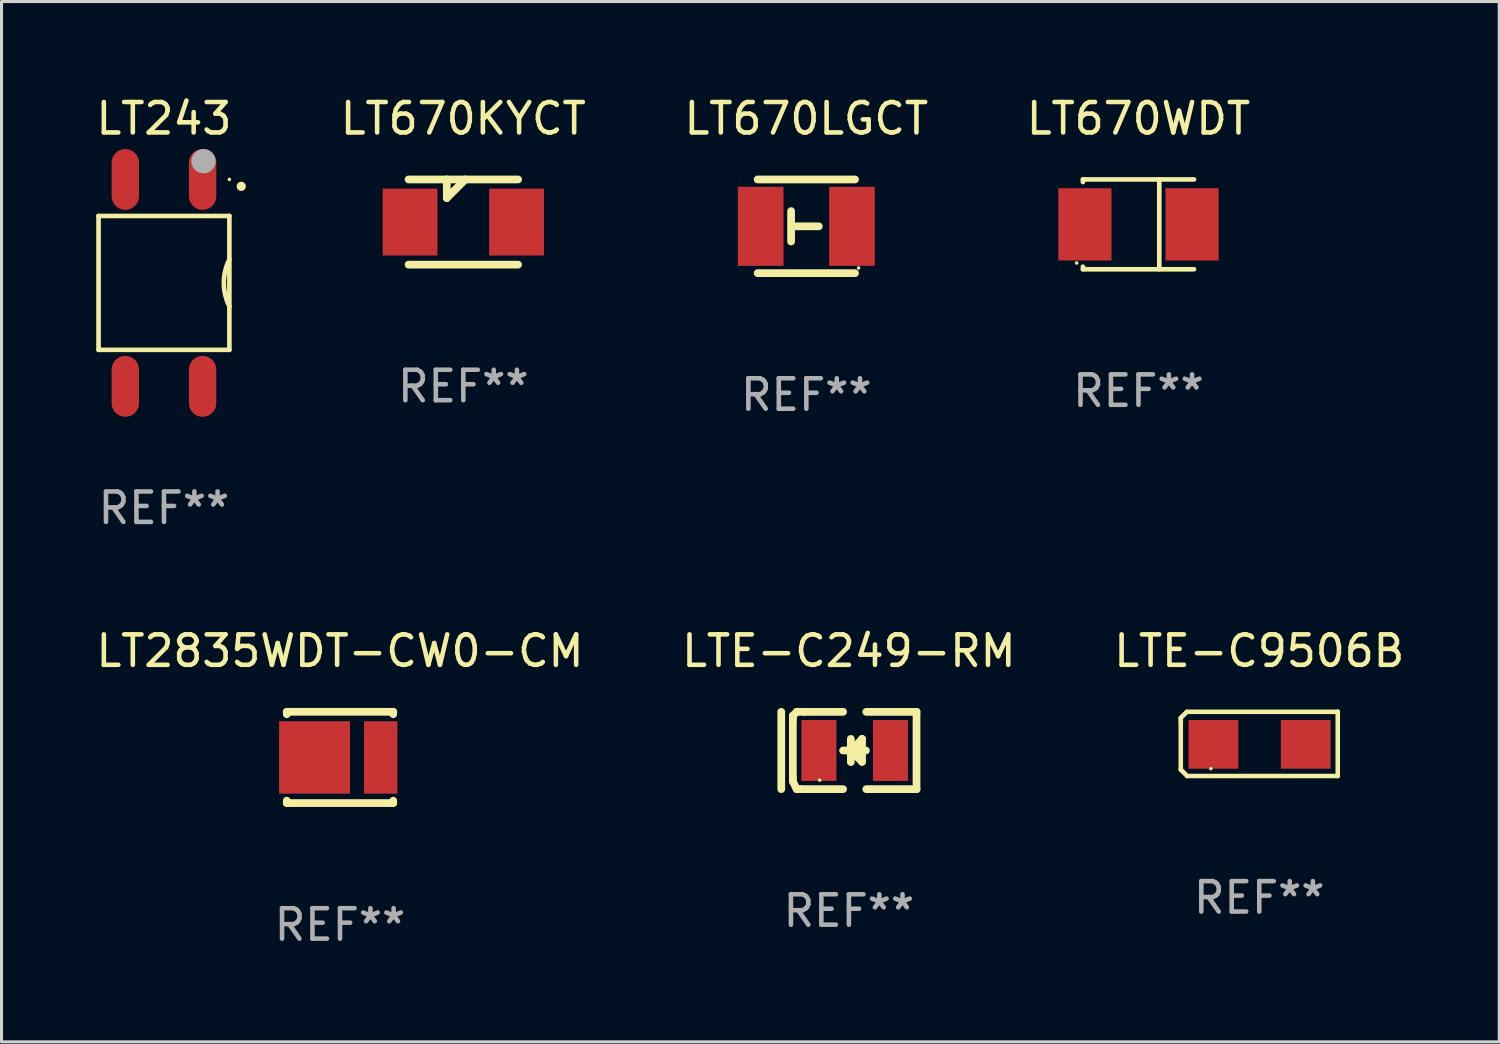
<source format=kicad_pcb>
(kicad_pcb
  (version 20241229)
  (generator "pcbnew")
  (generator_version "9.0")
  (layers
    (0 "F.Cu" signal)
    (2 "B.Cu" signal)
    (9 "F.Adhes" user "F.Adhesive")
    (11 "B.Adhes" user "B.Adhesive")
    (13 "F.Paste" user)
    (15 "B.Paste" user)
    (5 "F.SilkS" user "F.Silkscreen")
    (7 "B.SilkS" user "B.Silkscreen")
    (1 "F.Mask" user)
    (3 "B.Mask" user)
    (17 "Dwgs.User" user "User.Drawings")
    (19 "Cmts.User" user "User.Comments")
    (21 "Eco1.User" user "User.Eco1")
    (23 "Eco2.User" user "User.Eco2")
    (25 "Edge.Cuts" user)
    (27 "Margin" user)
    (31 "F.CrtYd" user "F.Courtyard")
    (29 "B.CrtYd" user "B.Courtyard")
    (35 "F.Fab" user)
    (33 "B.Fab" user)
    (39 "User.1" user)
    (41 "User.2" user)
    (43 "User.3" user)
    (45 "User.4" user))
  (footprint "LTE-C9506B"
    (layer "F.Cu")
    (at 38.339 21.4)
    (property "Reference" "LTE-C9506B" (at 0 -3.055 0) (layer "F.SilkS") (effects (font (size 1 1) (thickness 0.15))))
    (attr through_hole)
    (fp_line (start -2.58 -0.855) (end -2.38 -1.055) (stroke (width 0.15) (type solid)) (layer "F.SilkS"))
    (fp_line (start -2.58 -0.775) (end -2.58 -0.855) (stroke (width 0.15) (type solid)) (layer "F.SilkS"))
    (fp_line (start -2.58 -0.775) (end -2.58 0.845) (stroke (width 0.15) (type solid)) (layer "F.SilkS"))
    (fp_line (start -2.58 0.845) (end -2.37 1.055) (stroke (width 0.15) (type solid)) (layer "F.SilkS"))
    (fp_line (start -2.38 -1.055) (end 2.58 -1.055) (stroke (width 0.15) (type solid)) (layer "F.SilkS"))
    (fp_line (start 2.58 -1.055) (end 2.58 1.055) (stroke (width 0.15) (type solid)) (layer "F.SilkS"))
    (fp_line (start 2.58 1.055) (end -2.37 1.055) (stroke (width 0.15) (type solid)) (layer "F.SilkS"))
    (fp_circle (center -1.59 0.815) (end -1.56 0.815) (stroke (width 0.06) (type solid)) (fill no) (layer "F.SilkS"))
    (fp_text user "REF**" (at 0 5.055 0) (layer "F.Fab") (effects (font (size 1 1) (thickness 0.15))))
    (pad "1" smd rect (at -1.507 0.015) (size 1.635 1.6) (layers "F.Cu" "F.Mask" "F.Paste"))
    (pad "2" smd rect (at 1.527 0.015) (size 1.635 1.6) (layers "F.Cu" "F.Mask" "F.Paste")))
  (footprint "LTE-C249-RM"
    (layer "F.Cu")
    (at 24.851 21.616)
    (property "Reference" "LTE-C249-RM" (at 0 -3.271 0) (layer "F.SilkS") (effects (font (size 1 1) (thickness 0.15))))
    (attr through_hole)
    (fp_line (start -2.223 -1.269) (end -2.223 1.271) (stroke (width 0.254) (type solid)) (layer "F.SilkS"))
    (fp_line (start -1.842 -1.142) (end -1.842 -1.015) (stroke (width 0.254) (type solid)) (layer "F.SilkS"))
    (fp_line (start -1.842 -1.015) (end -1.842 0.89) (stroke (width 0.254) (type solid)) (layer "F.SilkS"))
    (fp_line (start -1.842 0.89) (end -1.842 1.017) (stroke (width 0.254) (type solid)) (layer "F.SilkS"))
    (fp_line (start -1.842 1.017) (end -1.715 1.271) (stroke (width 0.254) (type solid)) (layer "F.SilkS"))
    (fp_line (start -1.715 1.271) (end -1.588 1.271) (stroke (width 0.254) (type solid)) (layer "F.SilkS"))
    (fp_line (start -1.711 -1.271) (end -1.841 -1.142) (stroke (width 0.254) (type solid)) (layer "F.SilkS"))
    (fp_line (start -1.588 1.271) (end -0.191 1.271) (stroke (width 0.254) (type solid)) (layer "F.SilkS"))
    (fp_line (start -1.46 -1.269) (end -1.711 -1.271) (stroke (width 0.254) (type solid)) (layer "F.SilkS"))
    (fp_line (start -0.191 0.001) (end 0.432 0.001) (stroke (width 0.254) (type solid)) (layer "F.SilkS"))
    (fp_line (start -0.19 -1.269) (end -1.46 -1.269) (stroke (width 0.254) (type solid)) (layer "F.SilkS"))
    (fp_line (start -0.03 0.001) (end 0.559 0.001) (stroke (width 0.254) (type solid)) (layer "F.SilkS"))
    (fp_line (start 0.064 -0.38) (end 0.064 0.382) (stroke (width 0.254) (type solid)) (layer "F.SilkS"))
    (fp_line (start 0.064 0.001) (end 0.433 0.371) (stroke (width 0.254) (type solid)) (layer "F.SilkS"))
    (fp_line (start 0.432 -0.38) (end 0.432 -0.368) (stroke (width 0.254) (type solid)) (layer "F.SilkS"))
    (fp_line (start 0.432 -0.368) (end 0.064 0.001) (stroke (width 0.254) (type solid)) (layer "F.SilkS"))
    (fp_line (start 0.432 0.001) (end 0.432 -0.38) (stroke (width 0.254) (type solid)) (layer "F.SilkS"))
    (fp_line (start 0.433 0.371) (end 0.433 0.001) (stroke (width 0.254) (type solid)) (layer "F.SilkS"))
    (fp_line (start 0.572 -1.269) (end 2.223 -1.269) (stroke (width 0.254) (type solid)) (layer "F.SilkS"))
    (fp_line (start 2.223 -1.269) (end 2.223 1.271) (stroke (width 0.254) (type solid)) (layer "F.SilkS"))
    (fp_line (start 2.223 1.271) (end 0.572 1.271) (stroke (width 0.254) (type solid)) (layer "F.SilkS"))
    (fp_circle (center -0.96 0.976) (end -0.93 0.976) (stroke (width 0.06) (type solid)) (fill no) (layer "F.SilkS"))
    (fp_text user "REF**" (at 0 5.271 0) (layer "F.Fab") (effects (font (size 1 1) (thickness 0.15))))
    (pad "1" smd rect (at -0.985 0.001) (size 1.15 2) (layers "F.Cu" "F.Mask" "F.Paste"))
    (pad "2" smd rect (at 1.366 0.001) (size 1.15 2) (layers "F.Cu" "F.Mask" "F.Paste")))
  (footprint "LT670WDT"
    (layer "F.Cu")
    (at 34.369 4.324)
    (property "Reference" "LT670WDT" (at 0 -3.476 0) (layer "F.SilkS") (effects (font (size 1 1) (thickness 0.15))))
    (attr through_hole)
    (fp_line (start -1.826 -1.476) (end -1.826 -1.391) (stroke (width 0.152) (type solid)) (layer "F.SilkS"))
    (fp_line (start -1.826 1.476) (end -1.826 1.391) (stroke (width 0.152) (type solid)) (layer "F.SilkS"))
    (fp_line (start 0.684 1.476) (end 0.684 -1.476) (stroke (width 0.152) (type solid)) (layer "F.SilkS"))
    (fp_line (start 1.826 -1.476) (end -1.826 -1.476) (stroke (width 0.152) (type solid)) (layer "F.SilkS"))
    (fp_line (start 1.826 1.476) (end -1.826 1.476) (stroke (width 0.152) (type solid)) (layer "F.SilkS"))
    (fp_circle (center -2.032 1.27) (end -2.002 1.27) (stroke (width 0.06) (type solid)) (fill no) (layer "F.SilkS"))
    (fp_text user "REF**" (at 0 5.476 0) (layer "F.Fab") (effects (font (size 1 1) (thickness 0.15))))
    (pad "1" smd rect (at -1.761 0) (size 1.747 2.376) (layers "F.Cu" "F.Mask" "F.Paste"))
    (pad "2" smd rect (at 1.761 0) (size 1.747 2.376) (layers "F.Cu" "F.Mask" "F.Paste")))
  (footprint "LT670LGCT"
    (layer "F.Cu")
    (at 23.452 4.388)
    (property "Reference" "LT670LGCT" (at 0 -3.54 0) (layer "F.SilkS") (effects (font (size 1 1) (thickness 0.15))))
    (attr through_hole)
    (fp_line (start -0.5 -0.5) (end -0.5 0.5) (stroke (width 0.254) (type solid)) (layer "F.SilkS"))
    (fp_line (start 0.41 0.001) (end -0.43 0.001) (stroke (width 0.254) (type solid)) (layer "F.SilkS"))
    (fp_line (start 1.6 -1.54) (end -1.6 -1.54) (stroke (width 0.254) (type solid)) (layer "F.SilkS"))
    (fp_line (start 1.6 1.54) (end -1.6 1.54) (stroke (width 0.254) (type solid)) (layer "F.SilkS"))
    (fp_circle (center 1.718 1.37) (end 1.748 1.37) (stroke (width 0.06) (type solid)) (fill no) (layer "F.SilkS"))
    (fp_text user "REF**" (at 0 5.54 0) (layer "F.Fab") (effects (font (size 1 1) (thickness 0.15))))
    (pad "1" smd rect (at 1.5 0 180) (size 1.5 2.6) (layers "F.Cu" "F.Mask" "F.Paste"))
    (pad "2" smd rect (at -1.5 0 180) (size 1.5 2.6) (layers "F.Cu" "F.Mask" "F.Paste")))
  (footprint "LT2835WDT-CW0-CM"
    (layer "F.Cu")
    (at 8.125 21.845)
    (property "Reference" "LT2835WDT-CW0-CM" (at 0 -3.5 0) (layer "F.SilkS") (effects (font (size 1 1) (thickness 0.15))))
    (attr through_hole)
    (fp_line (start -1.75 -1.5) (end -1.75 -1.421) (stroke (width 0.254) (type solid)) (layer "F.SilkS"))
    (fp_line (start -1.75 -1.5) (end 1.75 -1.5) (stroke (width 0.254) (type solid)) (layer "F.SilkS"))
    (fp_line (start -1.75 1.421) (end -1.75 1.5) (stroke (width 0.254) (type solid)) (layer "F.SilkS"))
    (fp_line (start -1.75 1.5) (end 1.75 1.5) (stroke (width 0.254) (type solid)) (layer "F.SilkS"))
    (fp_line (start 1.75 -1.421) (end 1.75 -1.5) (stroke (width 0.254) (type solid)) (layer "F.SilkS"))
    (fp_line (start 1.75 1.5) (end 1.75 1.421) (stroke (width 0.254) (type solid)) (layer "F.SilkS"))
    (fp_circle (center 1.747 -1.4) (end 1.777 -1.4) (stroke (width 0.06) (type solid)) (fill no) (layer "F.SilkS"))
    (fp_text user "REF**" (at 0 5.5 0) (layer "F.Fab") (effects (font (size 1 1) (thickness 0.15))))
    (pad "1" smd rect (at 1.338 0.000102 180) (size 1.1 2.38) (layers "F.Cu" "F.Mask" "F.Paste"))
    (pad "2" smd rect (at -0.837 0.000102 180) (size 2.33 2.38) (layers "F.Cu" "F.Mask" "F.Paste")))
  (footprint "LT670KYCT"
    (layer "F.Cu")
    (at 12.178 4.248)
    (property "Reference" "LT670KYCT" (at 0 -3.4 0) (layer "F.SilkS") (effects (font (size 1 1) (thickness 0.15))))
    (attr through_hole)
    (fp_line (start -1.8 -1.4) (end 1.8 -1.4) (stroke (width 0.254) (type solid)) (layer "F.SilkS"))
    (fp_line (start -1.8 1.4) (end 1.8 1.4) (stroke (width 0.254) (type solid)) (layer "F.SilkS"))
    (fp_line (start -0.543 -1.4) (end -0.543 -0.79) (stroke (width 0.254) (type solid)) (layer "F.SilkS"))
    (fp_line (start -0.543 -0.79) (end 0.066 -1.4) (stroke (width 0.254) (type solid)) (layer "F.SilkS"))
    (fp_circle (center -1.6 1.4) (end -1.57 1.4) (stroke (width 0.06) (type solid)) (fill no) (layer "F.SilkS"))
    (fp_text user "REF**" (at 0 5.4 0) (layer "F.Fab") (effects (font (size 1 1) (thickness 0.15))))
    (pad "1" smd rect (at -1.75 0) (size 1.8 2.2) (layers "F.Cu" "F.Mask" "F.Paste"))
    (pad "2" smd rect (at 1.75 0) (size 1.8 2.2) (layers "F.Cu" "F.Mask" "F.Paste")))
  (footprint "LT243"
    (layer "F.Cu")
    (at 2.339 6.248)
    (property "Reference" "LT243" (at 0 -5.4 0) (layer "F.SilkS") (effects (font (size 1 1) (thickness 0.15))))
    (attr through_hole)
    (fp_line (start -2.15 -2.2) (end 2.15 -2.2) (stroke (width 0.152) (type solid)) (layer "F.SilkS"))
    (fp_line (start -2.15 2.2) (end -2.15 -2.2) (stroke (width 0.152) (type solid)) (layer "F.SilkS"))
    (fp_line (start 2.15 -2.2) (end 2.15 2.2) (stroke (width 0.152) (type solid)) (layer "F.SilkS"))
    (fp_line (start 2.15 2.2) (end -2.15 2.2) (stroke (width 0.152) (type solid)) (layer "F.SilkS"))
    (fp_arc (start 2.150863 0.770967) (mid 1.968568 0.000101) (end 2.15 -0.770968) (stroke (width 0.151994) (type solid)) (layer "F.SilkS"))
    (fp_arc (start 2.539992 -3.172162) (mid 2.539987 -3.173432) (end 2.539992 -3.174702) (stroke (width 0.3) (type solid)) (layer "F.SilkS"))
    (fp_circle (center 2.15 -3.4) (end 2.18 -3.4) (stroke (width 0.06) (type solid)) (fill no) (layer "F.SilkS"))
    (fp_circle (center 1.3 -4) (end 1.5 -4) (stroke (width 0.4) (type solid)) (fill no) (layer "F.Fab"))
    (fp_text user "REF**" (at 0 7.4 0) (layer "F.Fab") (effects (font (size 1 1) (thickness 0.15))))
    (pad "1" smd oval (at 1.27 -3.4) (size 0.9 2) (layers "F.Cu" "F.Mask" "F.Paste"))
    (pad "2" smd oval (at -1.27 -3.4) (size 0.9 2) (layers "F.Cu" "F.Mask" "F.Paste"))
    (pad "3" smd oval (at -1.27 3.4) (size 0.9 2) (layers "F.Cu" "F.Mask" "F.Paste"))
    (pad "4" smd oval (at 1.27 3.4) (size 0.9 2) (layers "F.Cu" "F.Mask" "F.Paste")))
  (gr_rect
    (start -3 -3)
    (end 46.226 31.193)
    (stroke (width 0.1) (type default))
    (fill no)
    (layer "Edge.Cuts")))
</source>
